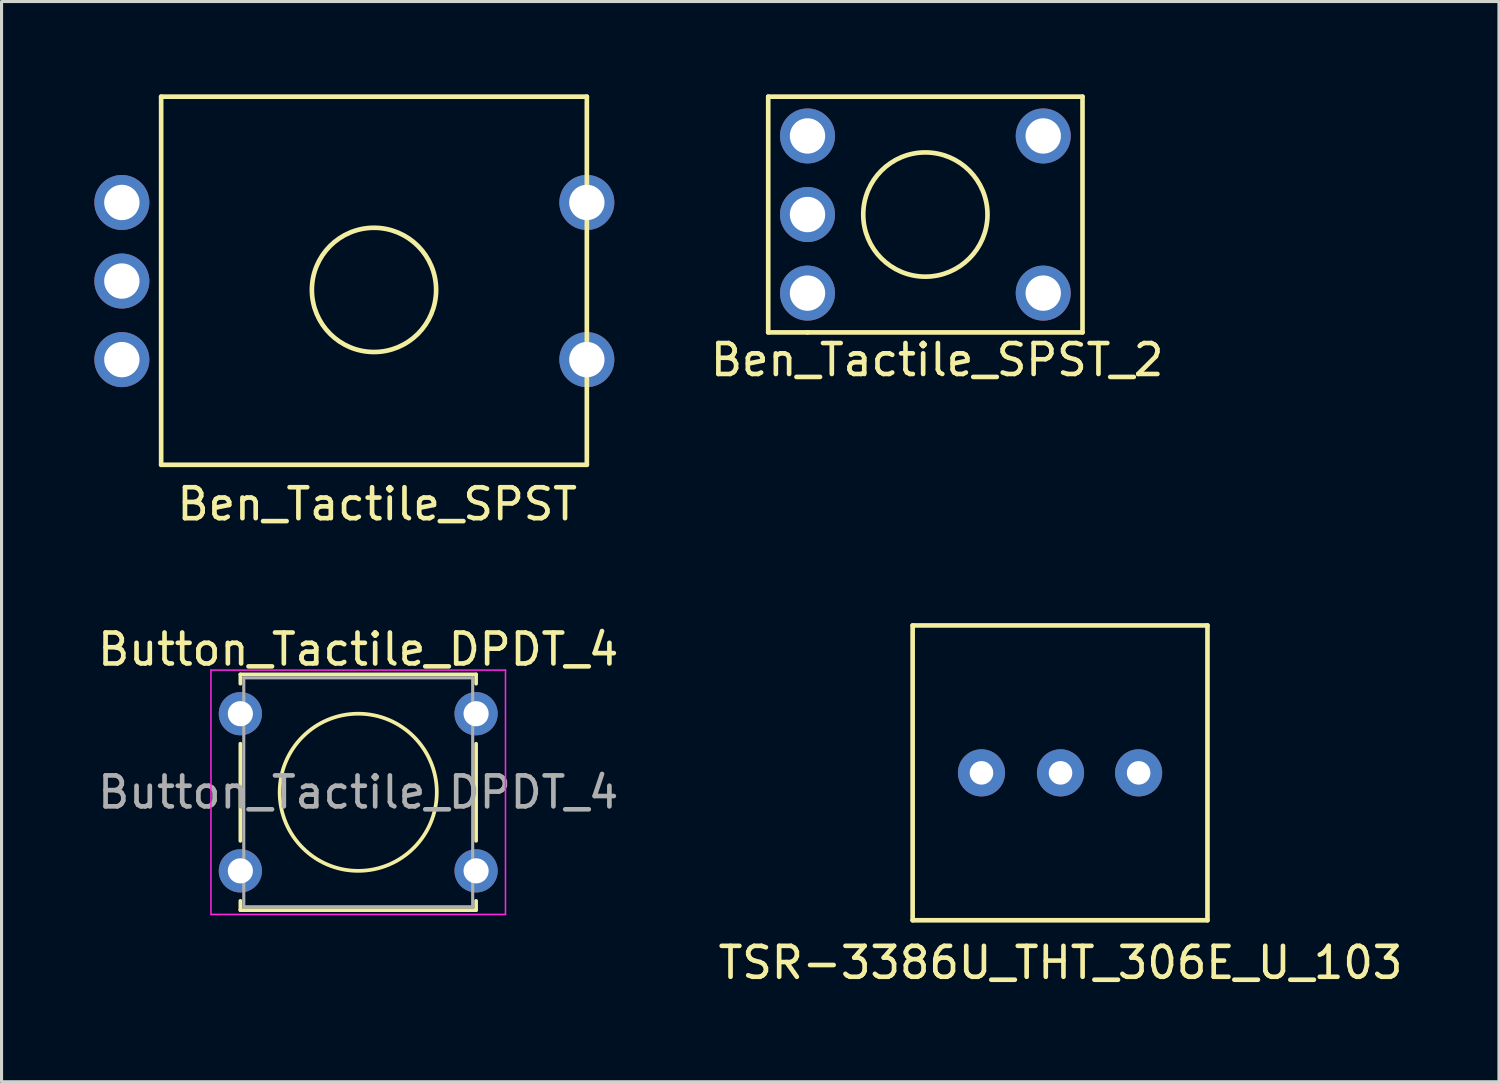
<source format=kicad_pcb>
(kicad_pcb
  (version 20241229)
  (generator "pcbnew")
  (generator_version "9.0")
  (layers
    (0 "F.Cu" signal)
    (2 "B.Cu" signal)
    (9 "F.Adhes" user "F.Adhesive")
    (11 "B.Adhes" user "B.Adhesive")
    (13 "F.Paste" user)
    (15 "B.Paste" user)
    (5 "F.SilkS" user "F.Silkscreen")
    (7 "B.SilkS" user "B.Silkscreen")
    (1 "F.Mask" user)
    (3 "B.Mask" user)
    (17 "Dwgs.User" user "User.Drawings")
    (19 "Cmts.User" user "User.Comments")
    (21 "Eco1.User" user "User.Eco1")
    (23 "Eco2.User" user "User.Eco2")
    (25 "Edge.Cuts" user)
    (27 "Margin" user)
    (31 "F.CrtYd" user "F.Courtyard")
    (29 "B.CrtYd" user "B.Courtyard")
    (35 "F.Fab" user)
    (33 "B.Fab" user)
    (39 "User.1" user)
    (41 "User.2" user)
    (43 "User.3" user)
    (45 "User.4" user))
  (footprint "Button_Tactile_DPDT_4"
    (layer "F.Cu")
    (at 4.72 20.021)
    (property "Reference" "Button_Tactile_DPDT_4" (at 3.81 -2.08 0) (layer "F.SilkS") (effects (font (size 1 1) (thickness 0.15))))
    (attr through_hole)
    (fp_line (start 0 -1.27) (end 0 -0.97) (stroke (width 0.12) (type solid)) (layer "F.SilkS"))
    (fp_line (start 0 -1.27) (end 7.62 -1.27) (stroke (width 0.12) (type solid)) (layer "F.SilkS"))
    (fp_line (start 0 0.97) (end 0 4.11) (stroke (width 0.12) (type solid)) (layer "F.SilkS"))
    (fp_line (start 0 6.05) (end 0 6.35) (stroke (width 0.12) (type solid)) (layer "F.SilkS"))
    (fp_line (start 7.62 -1.27) (end 7.62 -0.97) (stroke (width 0.12) (type solid)) (layer "F.SilkS"))
    (fp_line (start 7.62 0.97) (end 7.62 4.11) (stroke (width 0.12) (type solid)) (layer "F.SilkS"))
    (fp_line (start 7.62 6.05) (end 7.62 6.35) (stroke (width 0.12) (type solid)) (layer "F.SilkS"))
    (fp_line (start 7.62 6.35) (end 0 6.35) (stroke (width 0.12) (type solid)) (layer "F.SilkS"))
    (fp_circle (center 3.81 2.54) (end 3.81 0) (stroke (width 0.12) (type solid)) (fill no) (layer "F.SilkS"))
    (fp_line (start -0.95 -1.41) (end -0.95 6.49) (stroke (width 0.05) (type solid)) (layer "F.CrtYd"))
    (fp_line (start -0.95 -1.41) (end 8.57 -1.41) (stroke (width 0.05) (type solid)) (layer "F.CrtYd"))
    (fp_line (start 8.57 6.49) (end -0.95 6.49) (stroke (width 0.05) (type solid)) (layer "F.CrtYd"))
    (fp_line (start 8.57 6.49) (end 8.57 -1.41) (stroke (width 0.05) (type solid)) (layer "F.CrtYd"))
    (fp_line (start 0.11 -1.16) (end 7.51 -1.16) (stroke (width 0.1) (type solid)) (layer "F.Fab"))
    (fp_line (start 0.11 6.24) (end 0.11 -1.16) (stroke (width 0.1) (type solid)) (layer "F.Fab"))
    (fp_line (start 7.51 -1.16) (end 7.51 6.24) (stroke (width 0.1) (type solid)) (layer "F.Fab"))
    (fp_line (start 7.51 6.24) (end 0.11 6.24) (stroke (width 0.1) (type solid)) (layer "F.Fab"))
    (fp_text user "${REFERENCE}" (at 3.81 2.54 0) (layer "F.Fab") (effects (font (size 1 1) (thickness 0.15))))
    (pad "1" thru_hole circle (at 0 0) (size 1.397 1.397) (drill 0.813) (layers "*.Cu" "*.Mask"))
    (pad "2" thru_hole circle (at 0 5.08) (size 1.397 1.397) (drill 0.813) (layers "*.Cu" "*.Mask"))
    (pad "3" thru_hole circle (at 7.62 0) (size 1.397 1.397) (drill 0.813) (layers "*.Cu" "*.Mask"))
    (pad "4" thru_hole circle (at 7.62 5.08) (size 1.397 1.397) (drill 0.813) (layers "*.Cu" "*.Mask")))
  (footprint "TSR-3386U_THT_306E_U_103"
    (layer "F.Cu")
    (at 31.217 21.933)
    (property "Reference" "TSR-3386U_THT_306E_U_103" (at 0.015 6.137 0) (layer "F.SilkS") (effects (font (size 1 1) (thickness 0.15))))
    (attr through_hole)
    (fp_line (start -4.765 -4.765) (end -4.765 4.765) (stroke (width 0.15) (type solid)) (layer "F.SilkS"))
    (fp_line (start -4.765 -4.765) (end 4.765 -4.765) (stroke (width 0.15) (type solid)) (layer "F.SilkS"))
    (fp_line (start -4.765 4.765) (end 4.765 4.765) (stroke (width 0.15) (type solid)) (layer "F.SilkS"))
    (fp_line (start 4.765 -4.765) (end 4.765 4.765) (stroke (width 0.15) (type solid)) (layer "F.SilkS"))
    (pad "1" thru_hole circle (at -2.54 0) (size 1.524 1.524) (drill 0.762) (layers "*.Cu" "*.Mask"))
    (pad "2" thru_hole circle (at 0.015 0) (size 1.524 1.524) (drill 0.762) (layers "*.Cu" "*.Mask"))
    (pad "3" thru_hole circle (at 2.54 0) (size 1.524 1.524) (drill 0.762) (layers "*.Cu" "*.Mask")))
  (footprint "Ben_Tactile_SPST_2"
    (layer "F.Cu")
    (at 26.863 3.885)
    (property "Reference" "Ben_Tactile_SPST_2" (at 0.381 4.699 0) (layer "F.SilkS") (effects (font (size 1 1) (thickness 0.15))))
    (attr through_hole)
    (fp_line (start -5.08 -3.81) (end -5.08 3.81) (stroke (width 0.15) (type solid)) (layer "F.SilkS"))
    (fp_line (start -5.08 3.81) (end -3.81 3.81) (stroke (width 0.15) (type solid)) (layer "F.SilkS"))
    (fp_line (start -3.81 3.81) (end 5.08 3.81) (stroke (width 0.15) (type solid)) (layer "F.SilkS"))
    (fp_line (start 5.08 -3.81) (end -5.08 -3.81) (stroke (width 0.15) (type solid)) (layer "F.SilkS"))
    (fp_line (start 5.08 3.81) (end 5.08 -3.81) (stroke (width 0.15) (type solid)) (layer "F.SilkS"))
    (fp_circle (center 0 0) (end 1.905 0.635) (stroke (width 0.15) (type solid)) (fill no) (layer "F.SilkS"))
    (pad "1" thru_hole circle (at -3.81 -2.54) (size 1.778 1.778) (drill 1.143) (layers "*.Cu" "*.Mask"))
    (pad "2" thru_hole circle (at -3.81 0) (size 1.778 1.778) (drill 1.143) (layers "*.Cu" "*.Mask"))
    (pad "3" thru_hole circle (at -3.81 2.54) (size 1.778 1.778) (drill 1.143) (layers "*.Cu" "*.Mask"))
    (pad "4" thru_hole circle (at 3.81 2.54) (size 1.778 1.778) (drill 1.143) (layers "*.Cu" "*.Mask"))
    (pad "5" thru_hole circle (at 3.81 -2.54) (size 1.778 1.778) (drill 1.143) (layers "*.Cu" "*.Mask")))
  (footprint "Ben_Tactile_SPST"
    (layer "F.Cu")
    (at 2.159 11.975)
    (property "Reference" "Ben_Tactile_SPST" (at 6.985 1.27 0) (layer "F.SilkS") (effects (font (size 1 1) (thickness 0.15))))
    (attr through_hole)
    (fp_line (start 0 -11.9) (end 0 0) (stroke (width 0.15) (type solid)) (layer "F.SilkS"))
    (fp_line (start 0 0) (end 13.761 0) (stroke (width 0.15) (type solid)) (layer "F.SilkS"))
    (fp_line (start 13.761 -11.9) (end 0 -11.9) (stroke (width 0.15) (type solid)) (layer "F.SilkS"))
    (fp_line (start 13.761 0) (end 13.761 -11.9) (stroke (width 0.15) (type solid)) (layer "F.SilkS"))
    (fp_circle (center 6.881 -5.654) (end 8.786 -5.019) (stroke (width 0.15) (type solid)) (fill no) (layer "F.SilkS"))
    (pad "1" thru_hole circle (at -1.27 -3.4) (size 1.778 1.778) (drill 1.143) (layers "*.Cu" "*.Mask"))
    (pad "2" thru_hole circle (at -1.27 -5.94) (size 1.778 1.778) (drill 1.143) (layers "*.Cu" "*.Mask"))
    (pad "3" thru_hole circle (at -1.27 -8.48) (size 1.778 1.778) (drill 1.143) (layers "*.Cu" "*.Mask"))
    (pad "4" thru_hole circle (at 13.761 -3.4) (size 1.778 1.778) (drill 1.143) (layers "*.Cu" "*.Mask"))
    (pad "5" thru_hole circle (at 13.761 -8.48) (size 1.778 1.778) (drill 1.143) (layers "*.Cu" "*.Mask")))
  (gr_rect
    (start -3 -3)
    (end 45.405 31.918)
    (stroke (width 0.1) (type default))
    (fill no)
    (layer "Edge.Cuts")))
</source>
